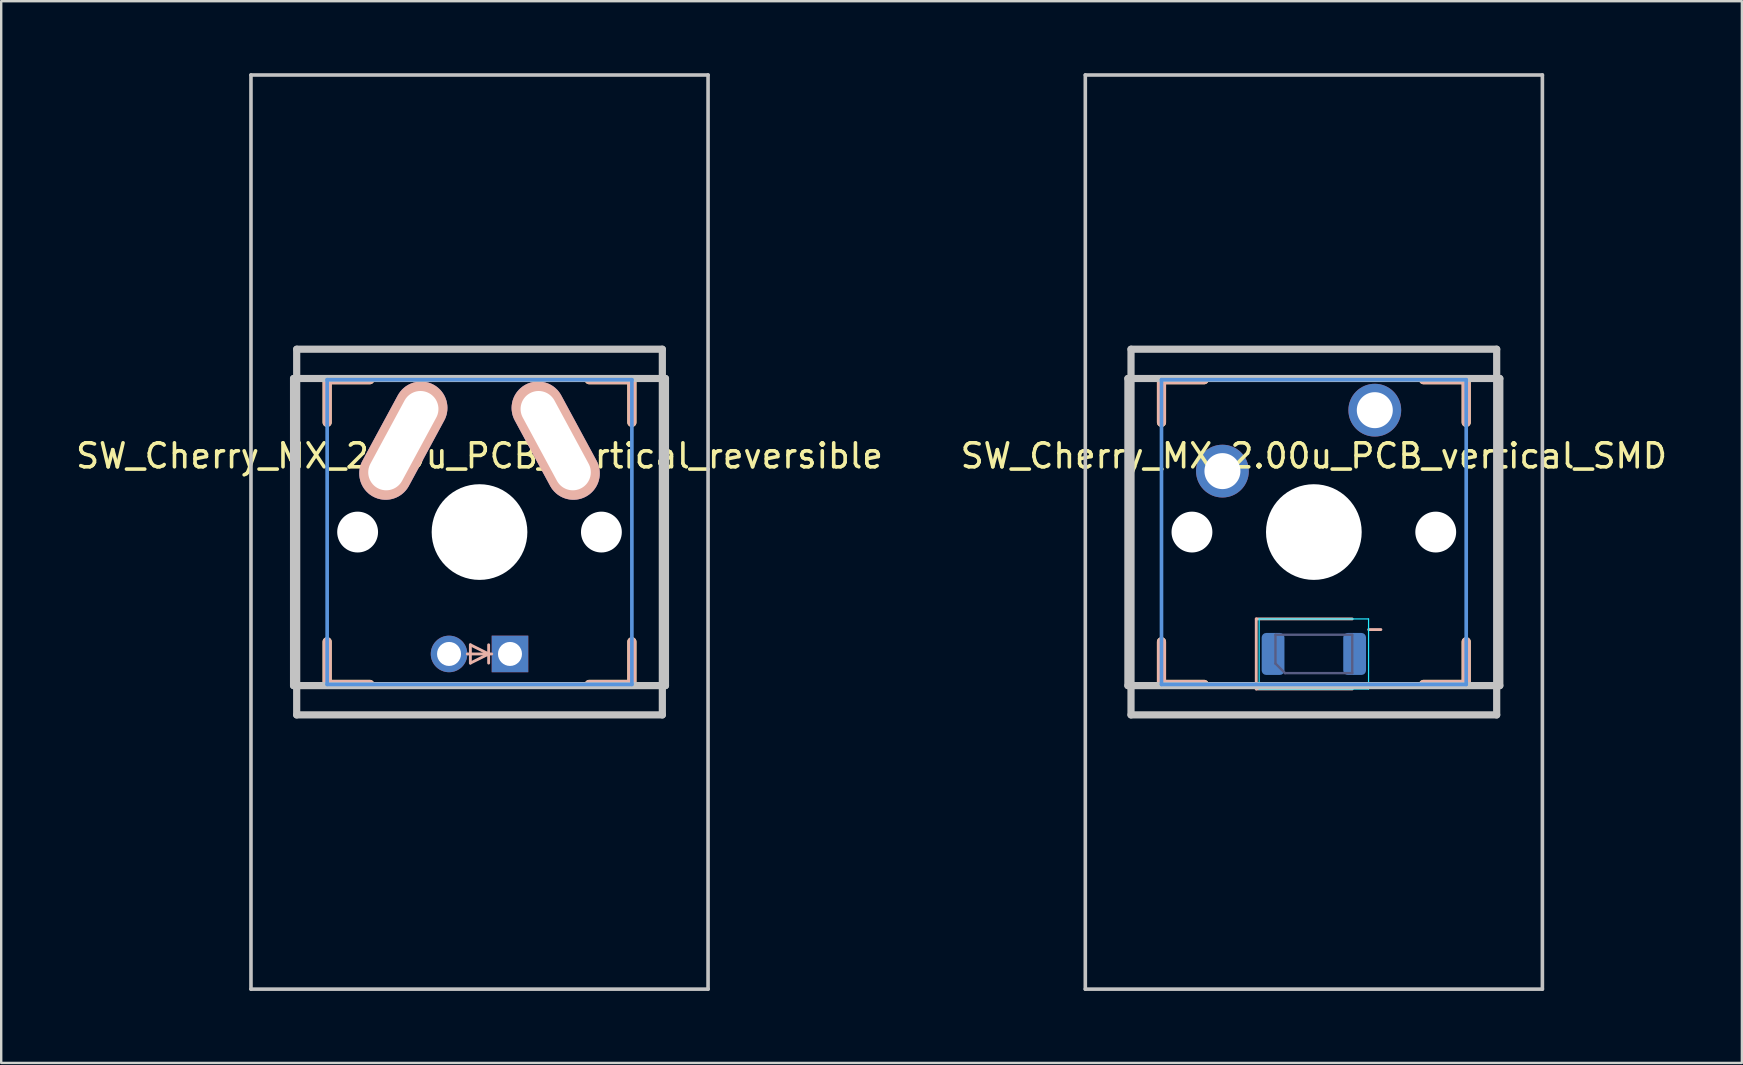
<source format=kicad_pcb>
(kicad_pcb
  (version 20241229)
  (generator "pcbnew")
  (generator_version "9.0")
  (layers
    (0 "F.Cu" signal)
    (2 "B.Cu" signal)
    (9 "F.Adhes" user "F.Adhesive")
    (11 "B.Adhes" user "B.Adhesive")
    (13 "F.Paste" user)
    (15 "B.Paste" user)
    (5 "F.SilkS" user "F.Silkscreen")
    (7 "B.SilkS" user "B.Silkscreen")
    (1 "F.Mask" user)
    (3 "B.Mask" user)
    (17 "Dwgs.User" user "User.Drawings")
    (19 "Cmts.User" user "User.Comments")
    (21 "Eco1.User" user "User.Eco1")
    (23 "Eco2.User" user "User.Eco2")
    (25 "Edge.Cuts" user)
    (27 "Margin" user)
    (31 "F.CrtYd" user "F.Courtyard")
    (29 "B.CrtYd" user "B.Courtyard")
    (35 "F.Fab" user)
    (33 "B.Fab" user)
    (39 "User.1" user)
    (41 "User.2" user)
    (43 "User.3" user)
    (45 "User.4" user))
  (footprint "SW_Cherry_MX_2.00u_PCB_vertical_SMD"
    (layer "F.Cu")
    (at 51.708 19.125)
    (property "Reference" "SW_Cherry_MX_2.00u_PCB_vertical_SMD" (at 0 -3.175 0) (layer "F.SilkS") (effects (font (size 1 1) (thickness 0.15))))
    (attr exclude_from_pos_files exclude_from_bom)
    (fp_line (start -6.35 -6.35) (end -4.572 -6.35) (stroke (width 0.381) (type solid)) (layer "F.SilkS"))
    (fp_line (start -6.35 -4.572) (end -6.35 -6.35) (stroke (width 0.381) (type solid)) (layer "F.SilkS"))
    (fp_line (start -6.35 6.35) (end -6.35 4.572) (stroke (width 0.381) (type solid)) (layer "F.SilkS"))
    (fp_line (start -4.572 6.35) (end -6.35 6.35) (stroke (width 0.381) (type solid)) (layer "F.SilkS"))
    (fp_line (start 4.572 -6.35) (end 6.35 -6.35) (stroke (width 0.381) (type solid)) (layer "F.SilkS"))
    (fp_line (start 6.35 -6.35) (end 6.35 -4.572) (stroke (width 0.381) (type solid)) (layer "F.SilkS"))
    (fp_line (start 6.35 4.572) (end 6.35 6.35) (stroke (width 0.381) (type solid)) (layer "F.SilkS"))
    (fp_line (start 6.35 6.35) (end 4.572 6.35) (stroke (width 0.381) (type solid)) (layer "F.SilkS"))
    (fp_line (start -6.35 -6.35) (end -6.35 -4.572) (stroke (width 0.381) (type solid)) (layer "B.SilkS"))
    (fp_line (start -6.35 4.572) (end -6.35 6.35) (stroke (width 0.381) (type solid)) (layer "B.SilkS"))
    (fp_line (start -6.35 6.35) (end -4.572 6.35) (stroke (width 0.381) (type solid)) (layer "B.SilkS"))
    (fp_line (start -4.572 -6.35) (end -6.35 -6.35) (stroke (width 0.381) (type solid)) (layer "B.SilkS"))
    (fp_line (start -2.4 3.62) (end 1.6 3.62) (stroke (width 0.12) (type solid)) (layer "B.SilkS"))
    (fp_line (start -2.4 6.54) (end -2.4 3.62) (stroke (width 0.12) (type solid)) (layer "B.SilkS"))
    (fp_line (start 1.6 6.54) (end -2.4 6.54) (stroke (width 0.12) (type solid)) (layer "B.SilkS"))
    (fp_line (start 2.286 4.064) (end 2.794 4.064) (stroke (width 0.12) (type solid)) (layer "B.SilkS"))
    (fp_line (start 4.572 6.35) (end 6.35 6.35) (stroke (width 0.381) (type solid)) (layer "B.SilkS"))
    (fp_line (start 6.35 -6.35) (end 4.572 -6.35) (stroke (width 0.381) (type solid)) (layer "B.SilkS"))
    (fp_line (start 6.35 -4.572) (end 6.35 -6.35) (stroke (width 0.381) (type solid)) (layer "B.SilkS"))
    (fp_line (start 6.35 6.35) (end 6.35 4.572) (stroke (width 0.381) (type solid)) (layer "B.SilkS"))
    (fp_line (start -9.525 -19.05) (end 9.525 -19.05) (stroke (width 0.15) (type solid)) (layer "Dwgs.User"))
    (fp_line (start -9.525 19.05) (end -9.525 -19.05) (stroke (width 0.15) (type solid)) (layer "Dwgs.User"))
    (fp_line (start -7.75 6.4) (end -7.75 -6.4) (stroke (width 0.3) (type solid)) (layer "Dwgs.User"))
    (fp_line (start -7.75 6.4) (end 7.75 6.4) (stroke (width 0.3) (type solid)) (layer "Dwgs.User"))
    (fp_line (start -7.62 -7.62) (end 7.62 -7.62) (stroke (width 0.3) (type solid)) (layer "Dwgs.User"))
    (fp_line (start -7.62 7.62) (end -7.62 -7.62) (stroke (width 0.3) (type solid)) (layer "Dwgs.User"))
    (fp_line (start 7.62 -7.62) (end 7.62 7.62) (stroke (width 0.3) (type solid)) (layer "Dwgs.User"))
    (fp_line (start 7.62 7.62) (end -7.62 7.62) (stroke (width 0.3) (type solid)) (layer "Dwgs.User"))
    (fp_line (start 7.75 -6.4) (end -7.75 -6.4) (stroke (width 0.3) (type solid)) (layer "Dwgs.User"))
    (fp_line (start 7.75 6.4) (end 7.75 -6.4) (stroke (width 0.3) (type solid)) (layer "Dwgs.User"))
    (fp_line (start 9.525 -19.05) (end 9.525 19.05) (stroke (width 0.15) (type solid)) (layer "Dwgs.User"))
    (fp_line (start 9.525 19.05) (end -9.525 19.05) (stroke (width 0.15) (type solid)) (layer "Dwgs.User"))
    (fp_line (start -6.35 -6.35) (end 6.35 -6.35) (stroke (width 0.152) (type solid)) (layer "Cmts.User"))
    (fp_line (start -6.35 6.35) (end -6.35 -6.35) (stroke (width 0.152) (type solid)) (layer "Cmts.User"))
    (fp_line (start 6.35 -6.35) (end 6.35 6.35) (stroke (width 0.152) (type solid)) (layer "Cmts.User"))
    (fp_line (start 6.35 6.35) (end -6.35 6.35) (stroke (width 0.152) (type solid)) (layer "Cmts.User"))
    (fp_line (start -6.985 -6.985) (end 6.985 -6.985) (stroke (width 0.152) (type solid)) (layer "Eco2.User"))
    (fp_line (start -6.985 6.985) (end -6.985 -6.985) (stroke (width 0.152) (type solid)) (layer "Eco2.User"))
    (fp_line (start 6.985 -6.985) (end 6.985 6.985) (stroke (width 0.152) (type solid)) (layer "Eco2.User"))
    (fp_line (start 6.985 6.985) (end -6.985 6.985) (stroke (width 0.152) (type solid)) (layer "Eco2.User"))
    (fp_line (start -2.28 3.62) (end -2.28 6.54) (stroke (width 0.05) (type solid)) (layer "B.CrtYd"))
    (fp_line (start -2.28 6.54) (end 2.28 6.54) (stroke (width 0.05) (type solid)) (layer "B.CrtYd"))
    (fp_line (start 2.28 3.62) (end -2.28 3.62) (stroke (width 0.05) (type solid)) (layer "B.CrtYd"))
    (fp_line (start 2.28 6.54) (end 2.28 3.62) (stroke (width 0.05) (type solid)) (layer "B.CrtYd"))
    (fp_line (start -1.6 4.28) (end 1.6 4.28) (stroke (width 0.1) (type solid)) (layer "B.Fab"))
    (fp_line (start -1.6 5.48) (end -1.6 4.28) (stroke (width 0.1) (type solid)) (layer "B.Fab"))
    (fp_line (start -1.2 5.88) (end -1.6 5.48) (stroke (width 0.1) (type solid)) (layer "B.Fab"))
    (fp_line (start 1.6 4.28) (end 1.6 5.88) (stroke (width 0.1) (type solid)) (layer "B.Fab"))
    (fp_line (start 1.6 5.88) (end -1.2 5.88) (stroke (width 0.1) (type solid)) (layer "B.Fab"))
    (pad "" np_thru_hole circle (at -5.08 0) (size 1.702 1.702) (drill 1.702) (layers "*.Cu" "*.Mask"))
    (pad "" np_thru_hole circle (at 0 0) (size 3.988 3.988) (drill 3.988) (layers "*.Cu" "*.Mask"))
    (pad "" np_thru_hole circle (at 5.08 0) (size 1.702 1.702) (drill 1.702) (layers "*.Cu" "*.Mask"))
    (pad "1" thru_hole circle (at -3.81 -2.54) (size 2.2 2.2) (drill 1.5) (layers "*.Cu" "*.Mask"))
    (pad "2" thru_hole circle (at 2.54 -5.08) (size 2.2 2.2) (drill 1.5) (layers "*.Cu" "*.Mask"))
    (pad "3" smd roundrect (at 1.7 5.08) (size 0.95 1.75) (layers "B.Cu" "B.Mask" "B.Paste") (roundrect_rratio 0.2))
    (pad "4" smd roundrect (at -1.7 5.08) (size 0.95 1.75) (layers "B.Cu" "B.Mask" "B.Paste") (roundrect_rratio 0.2)))
  (footprint "SW_Cherry_MX_2.00u_PCB_vertical_reversible"
    (layer "F.Cu")
    (at 16.935 19.125)
    (property "Reference" "SW_Cherry_MX_2.00u_PCB_vertical_reversible" (at 0 -3.175 0) (layer "F.SilkS") (effects (font (size 1 1) (thickness 0.15))))
    (attr exclude_from_pos_files exclude_from_bom)
    (fp_line (start -6.35 -6.35) (end -4.572 -6.35) (stroke (width 0.381) (type solid)) (layer "F.SilkS"))
    (fp_line (start -6.35 -4.572) (end -6.35 -6.35) (stroke (width 0.381) (type solid)) (layer "F.SilkS"))
    (fp_line (start -6.35 6.35) (end -6.35 4.572) (stroke (width 0.381) (type solid)) (layer "F.SilkS"))
    (fp_line (start -4.572 6.35) (end -6.35 6.35) (stroke (width 0.381) (type solid)) (layer "F.SilkS"))
    (fp_line (start 4.572 -6.35) (end 6.35 -6.35) (stroke (width 0.381) (type solid)) (layer "F.SilkS"))
    (fp_line (start 6.35 -6.35) (end 6.35 -4.572) (stroke (width 0.381) (type solid)) (layer "F.SilkS"))
    (fp_line (start 6.35 4.572) (end 6.35 6.35) (stroke (width 0.381) (type solid)) (layer "F.SilkS"))
    (fp_line (start 6.35 6.35) (end 4.572 6.35) (stroke (width 0.381) (type solid)) (layer "F.SilkS"))
    (fp_line (start -6.35 -6.35) (end -6.35 -4.572) (stroke (width 0.381) (type solid)) (layer "B.SilkS"))
    (fp_line (start -6.35 4.572) (end -6.35 6.35) (stroke (width 0.381) (type solid)) (layer "B.SilkS"))
    (fp_line (start -6.35 6.35) (end -4.572 6.35) (stroke (width 0.381) (type solid)) (layer "B.SilkS"))
    (fp_line (start -4.572 -6.35) (end -6.35 -6.35) (stroke (width 0.381) (type solid)) (layer "B.SilkS"))
    (fp_line (start -0.381 4.699) (end 0.381 5.08) (stroke (width 0.12) (type solid)) (layer "B.SilkS"))
    (fp_line (start -0.381 5.461) (end -0.381 4.699) (stroke (width 0.12) (type solid)) (layer "B.SilkS"))
    (fp_line (start -0.381 5.461) (end 0.381 5.08) (stroke (width 0.12) (type solid)) (layer "B.SilkS"))
    (fp_line (start 0.381 5.461) (end 0.381 4.699) (stroke (width 0.12) (type solid)) (layer "B.SilkS"))
    (fp_line (start 0.508 5.08) (end -0.508 5.08) (stroke (width 0.12) (type solid)) (layer "B.SilkS"))
    (fp_line (start 4.572 6.35) (end 6.35 6.35) (stroke (width 0.381) (type solid)) (layer "B.SilkS"))
    (fp_line (start 6.35 -6.35) (end 4.572 -6.35) (stroke (width 0.381) (type solid)) (layer "B.SilkS"))
    (fp_line (start 6.35 -4.572) (end 6.35 -6.35) (stroke (width 0.381) (type solid)) (layer "B.SilkS"))
    (fp_line (start 6.35 6.35) (end 6.35 4.572) (stroke (width 0.381) (type solid)) (layer "B.SilkS"))
    (fp_line (start -9.525 -19.05) (end 9.525 -19.05) (stroke (width 0.15) (type solid)) (layer "Dwgs.User"))
    (fp_line (start -9.525 19.05) (end -9.525 -19.05) (stroke (width 0.15) (type solid)) (layer "Dwgs.User"))
    (fp_line (start -7.75 6.4) (end -7.75 -6.4) (stroke (width 0.3) (type solid)) (layer "Dwgs.User"))
    (fp_line (start -7.75 6.4) (end 7.75 6.4) (stroke (width 0.3) (type solid)) (layer "Dwgs.User"))
    (fp_line (start -7.62 -7.62) (end 7.62 -7.62) (stroke (width 0.3) (type solid)) (layer "Dwgs.User"))
    (fp_line (start -7.62 7.62) (end -7.62 -7.62) (stroke (width 0.3) (type solid)) (layer "Dwgs.User"))
    (fp_line (start 7.62 -7.62) (end 7.62 7.62) (stroke (width 0.3) (type solid)) (layer "Dwgs.User"))
    (fp_line (start 7.62 7.62) (end -7.62 7.62) (stroke (width 0.3) (type solid)) (layer "Dwgs.User"))
    (fp_line (start 7.75 -6.4) (end -7.75 -6.4) (stroke (width 0.3) (type solid)) (layer "Dwgs.User"))
    (fp_line (start 7.75 6.4) (end 7.75 -6.4) (stroke (width 0.3) (type solid)) (layer "Dwgs.User"))
    (fp_line (start 9.525 -19.05) (end 9.525 19.05) (stroke (width 0.15) (type solid)) (layer "Dwgs.User"))
    (fp_line (start 9.525 19.05) (end -9.525 19.05) (stroke (width 0.15) (type solid)) (layer "Dwgs.User"))
    (fp_line (start -6.35 -6.35) (end 6.35 -6.35) (stroke (width 0.152) (type solid)) (layer "Cmts.User"))
    (fp_line (start -6.35 6.35) (end -6.35 -6.35) (stroke (width 0.152) (type solid)) (layer "Cmts.User"))
    (fp_line (start 6.35 -6.35) (end 6.35 6.35) (stroke (width 0.152) (type solid)) (layer "Cmts.User"))
    (fp_line (start 6.35 6.35) (end -6.35 6.35) (stroke (width 0.152) (type solid)) (layer "Cmts.User"))
    (fp_line (start -6.985 -6.985) (end 6.985 -6.985) (stroke (width 0.152) (type solid)) (layer "Eco2.User"))
    (fp_line (start -6.985 6.985) (end -6.985 -6.985) (stroke (width 0.152) (type solid)) (layer "Eco2.User"))
    (fp_line (start 6.985 -6.985) (end 6.985 6.985) (stroke (width 0.152) (type solid)) (layer "Eco2.User"))
    (fp_line (start 6.985 6.985) (end -6.985 6.985) (stroke (width 0.152) (type solid)) (layer "Eco2.User"))
    (pad "" np_thru_hole circle (at -5.08 0) (size 1.702 1.702) (drill 1.702) (layers "*.Cu" "*.Mask"))
    (pad "" np_thru_hole circle (at 0 0) (size 3.988 3.988) (drill 3.988) (layers "*.Cu" "*.Mask"))
    (pad "" np_thru_hole circle (at 5.08 0) (size 1.702 1.702) (drill 1.702) (layers "*.Cu" "*.Mask"))
    (pad "1" thru_hole oval (at -3.175 -3.81 331.6) (size 2.2 5.3) (drill oval 1.5 4.5) (layers "*.Cu" "*.Mask" "B.SilkS"))
    (pad "2" thru_hole oval (at 3.175 -3.81 28.4) (size 2.2 5.3) (drill oval 1.5 4.5) (layers "*.Cu" "*.Mask" "B.SilkS"))
    (pad "3" thru_hole rect (at 1.27 5.08) (size 1.524 1.524) (drill 1) (layers "*.Cu" "*.Mask"))
    (pad "4" thru_hole circle (at -1.27 5.08) (size 1.524 1.524) (drill 1) (layers "*.Cu" "*.Mask")))
  (gr_rect
    (start -3 -3)
    (end 69.548 41.25)
    (stroke (width 0.1) (type default))
    (fill no)
    (layer "Edge.Cuts")))
</source>
